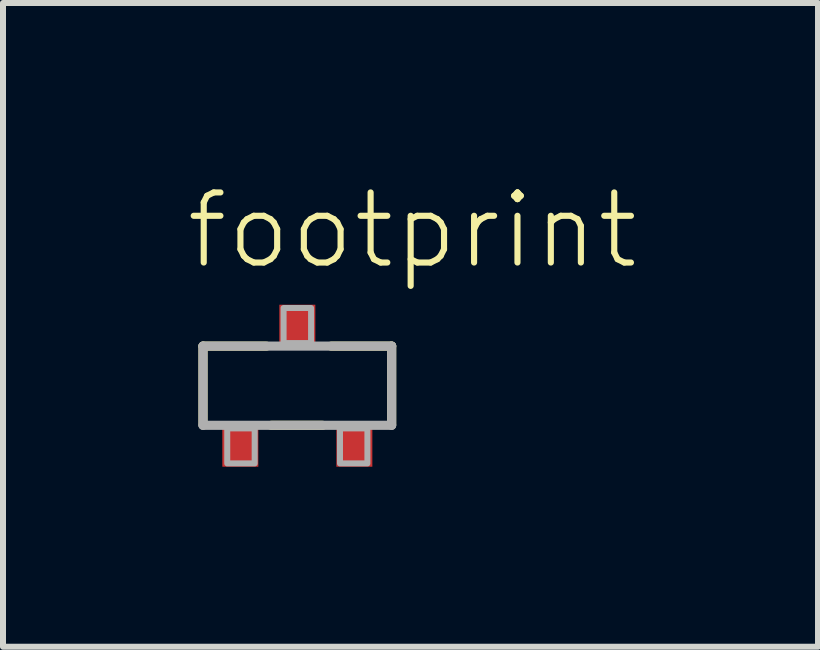
<source format=kicad_pcb>
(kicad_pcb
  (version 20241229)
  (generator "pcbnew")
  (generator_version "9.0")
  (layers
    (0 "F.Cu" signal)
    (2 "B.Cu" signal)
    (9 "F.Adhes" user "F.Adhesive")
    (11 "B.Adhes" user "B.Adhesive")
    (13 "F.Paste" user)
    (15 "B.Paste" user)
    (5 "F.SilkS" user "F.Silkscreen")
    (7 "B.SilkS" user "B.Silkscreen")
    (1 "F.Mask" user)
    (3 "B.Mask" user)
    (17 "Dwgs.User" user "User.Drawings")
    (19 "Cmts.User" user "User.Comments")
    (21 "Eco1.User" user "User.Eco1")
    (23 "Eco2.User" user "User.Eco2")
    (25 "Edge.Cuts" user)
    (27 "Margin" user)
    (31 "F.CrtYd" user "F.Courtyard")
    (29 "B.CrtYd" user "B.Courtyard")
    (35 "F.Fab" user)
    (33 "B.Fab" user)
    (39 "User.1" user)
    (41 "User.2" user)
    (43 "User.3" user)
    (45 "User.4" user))
  (footprint "footprint"
    (layer "F.Cu")
    (at 1.905 3.378)
    (property "Reference" "footprint" (at -1.905 -1.905 0) (layer "F.SilkS") (effects (font (size 1.168 1.168) (thickness 0.102)) (justify left bottom)))
    (fp_line (start -1.572 -0.66) (end -0.514 -0.66) (stroke (width 0.152) (type solid)) (layer "F.SilkS"))
    (fp_line (start -1.572 0.652) (end -1.572 -0.66) (stroke (width 0.152) (type solid)) (layer "F.SilkS"))
    (fp_line (start 0.422 0.66) (end -0.436 0.66) (stroke (width 0.152) (type solid)) (layer "F.SilkS"))
    (fp_line (start 0.564 -0.66) (end 1.572 -0.66) (stroke (width 0.152) (type solid)) (layer "F.SilkS"))
    (fp_line (start 1.572 -0.66) (end 1.572 0.652) (stroke (width 0.152) (type solid)) (layer "F.SilkS"))
    (fp_line (start -1.572 -0.66) (end 1.572 -0.66) (stroke (width 0.152) (type solid)) (layer "F.Fab"))
    (fp_line (start -1.572 0.66) (end -1.572 -0.66) (stroke (width 0.152) (type solid)) (layer "F.Fab"))
    (fp_line (start 1.572 -0.66) (end 1.572 0.66) (stroke (width 0.152) (type solid)) (layer "F.Fab"))
    (fp_line (start 1.572 0.66) (end -1.572 0.66) (stroke (width 0.152) (type solid)) (layer "F.Fab"))
    (fp_poly (pts (xy -1.168 1.295) (xy -0.711 1.295) (xy -0.711 0.711) (xy -1.168 0.711)) (stroke (width 0.1) (type solid)) (fill no) (layer "F.Fab"))
    (fp_poly (pts (xy -0.229 -0.711) (xy 0.229 -0.711) (xy 0.229 -1.295) (xy -0.229 -1.295)) (stroke (width 0.1) (type solid)) (fill no) (layer "F.Fab"))
    (fp_poly (pts (xy 0.711 1.295) (xy 1.168 1.295) (xy 1.168 0.711) (xy 0.711 0.711)) (stroke (width 0.1) (type solid)) (fill no) (layer "F.Fab"))
    (pad "1" smd rect (at -0.95 1) (size 0.6 0.7) (layers "F.Cu" "F.Mask" "F.Paste"))
    (pad "2" smd rect (at 0.95 1) (size 0.6 0.7) (layers "F.Cu" "F.Mask" "F.Paste"))
    (pad "3" smd rect (at 0 -1) (size 0.6 0.7) (layers "F.Cu" "F.Mask" "F.Paste")))
  (gr_rect
    (start -3 -3)
    (end 10.582 7.728)
    (stroke (width 0.1) (type default))
    (fill no)
    (layer "Edge.Cuts")))
</source>
